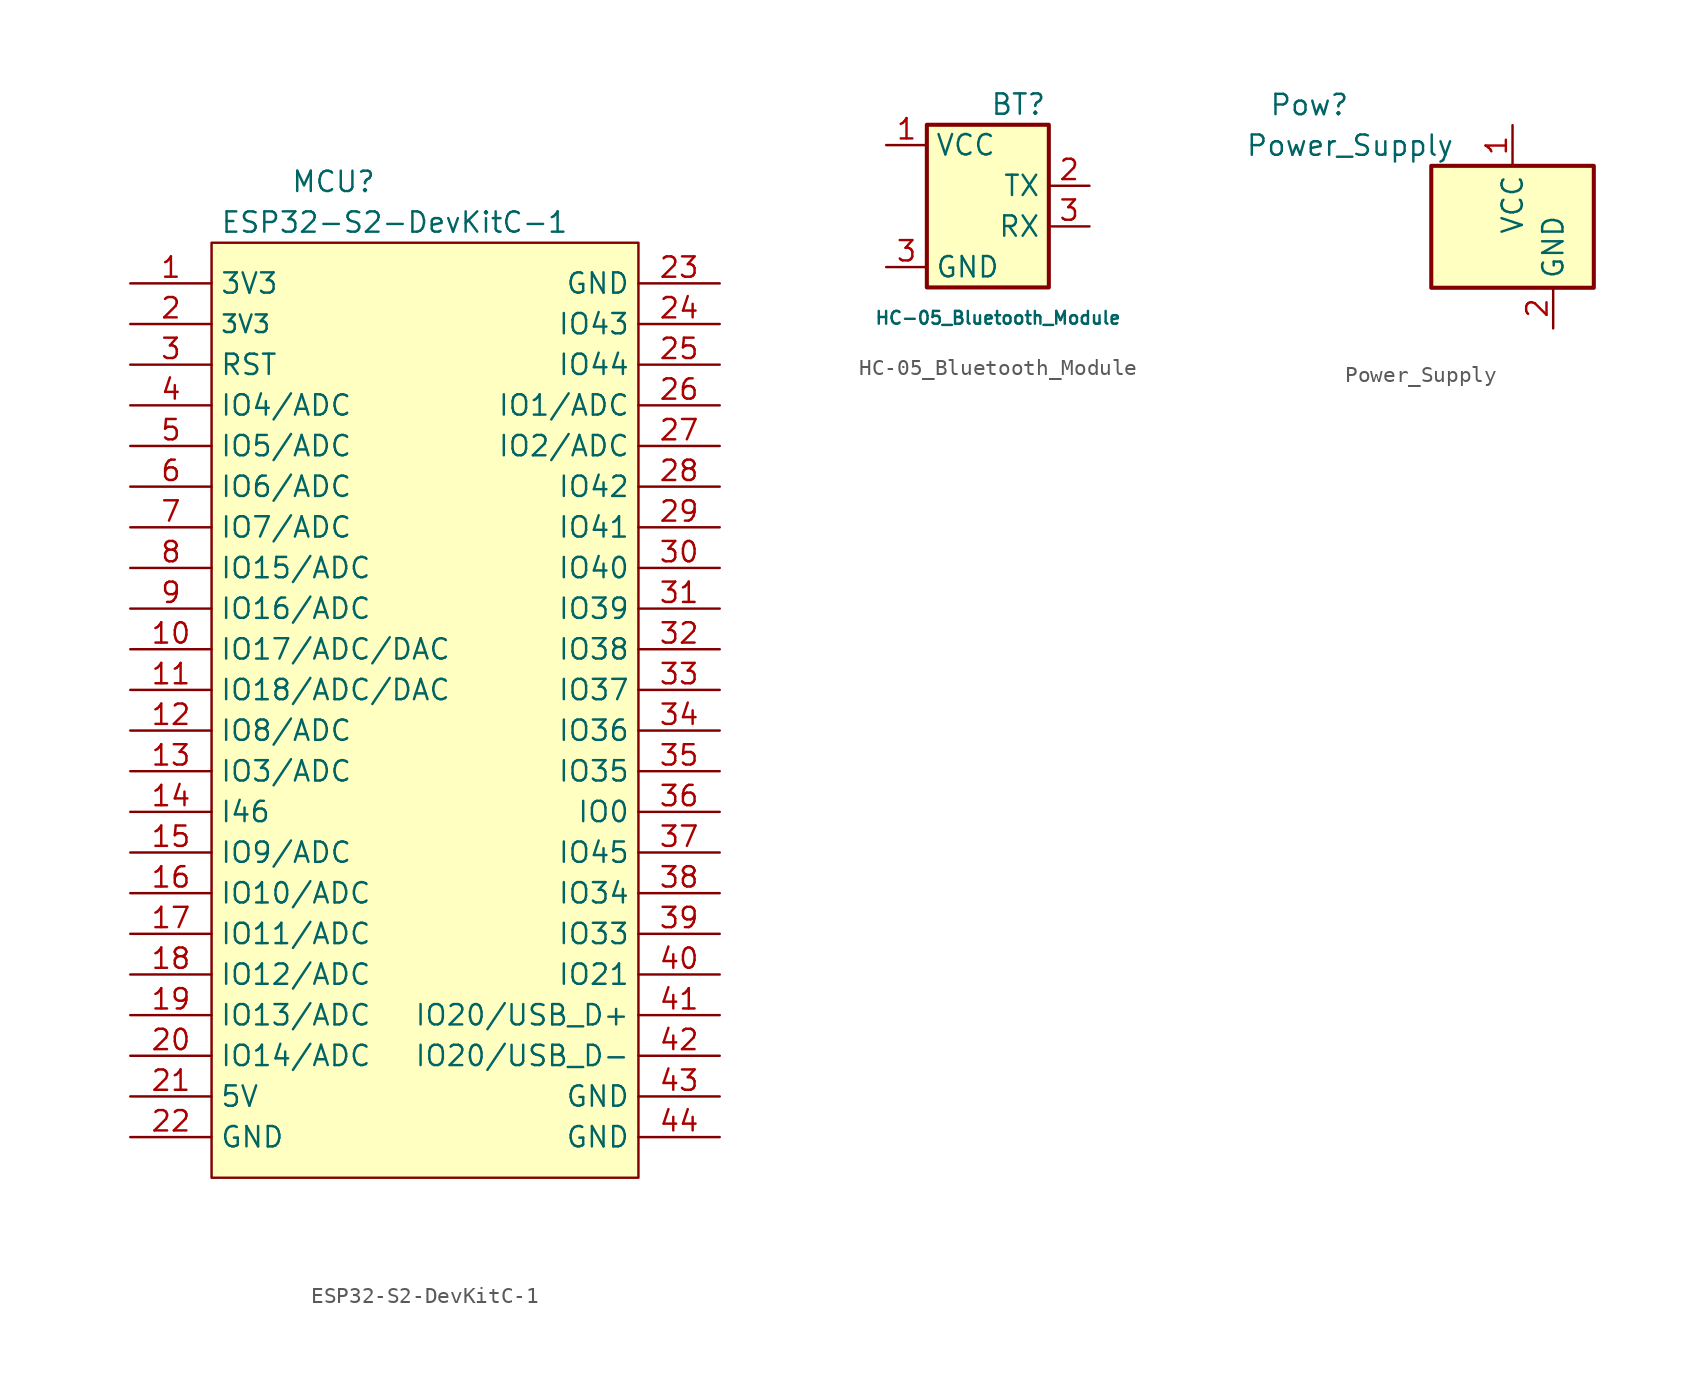
<source format=kicad_sym>
(kicad_symbol_lib
  (version 20211014)
  (generator kicad_symbol_editor)
  (symbol "ESP32-S2-DevKitC-1"
    (property "Reference" "MCU"
      (at 12.7 6.35 0)
      (effects (font (size 1.27 1.27))))
    (property "Value" "ESP32-S2-DevKitC-1"
      (at 16.51 3.81 0)
      (effects (font (size 1.27 1.27))))
    (symbol "ESP32-S2-DevKitC-1_0_0"
      (pin power_out line (at 0 0 0) (length 5.08) (name "3V3" (effects (font (size 1.27 1.27)))) (number "1" (effects (font (size 1.27 1.27)))))
      (pin bidirectional line (at 0 -22.86 0) (length 5.08) (name "IO17/ADC/DAC" (effects (font (size 1.27 1.27)))) (number "10" (effects (font (size 1.27 1.27)))) (alternate "IO17:TX1" output line))
      (pin bidirectional line (at 0 -25.4 0) (length 5.08) (name "IO18/ADC/DAC" (effects (font (size 1.27 1.27)))) (number "11" (effects (font (size 1.27 1.27)))) (alternate "IO18:RGBLed" output line) (alternate "IO18:RX1" input line))
      (pin bidirectional line (at 0 -27.94 0) (length 5.08) (name "IO8/ADC" (effects (font (size 1.27 1.27)))) (number "12" (effects (font (size 1.27 1.27)))) (alternate "IO8:SDA" bidirectional line))
      (pin bidirectional line (at 0 -30.48 0) (length 5.08) (name "IO3/ADC" (effects (font (size 1.27 1.27)))) (number "13" (effects (font (size 1.27 1.27)))))
      (pin input line (at 0 -33.02 0) (length 5.08) (name "I46" (effects (font (size 1.27 1.27)))) (number "14" (effects (font (size 1.27 1.27)))))
      (pin bidirectional line (at 0 -35.56 0) (length 5.08) (name "IO9/ADC" (effects (font (size 1.27 1.27)))) (number "15" (effects (font (size 1.27 1.27)))) (alternate "IO9:SCL" output line))
      (pin bidirectional line (at 0 -38.1 0) (length 5.08) (name "IO10/ADC" (effects (font (size 1.27 1.27)))) (number "16" (effects (font (size 1.27 1.27)))))
      (pin bidirectional line (at 0 -40.64 0) (length 5.08) (name "IO11/ADC" (effects (font (size 1.27 1.27)))) (number "17" (effects (font (size 1.27 1.27)))))
      (pin bidirectional line (at 0 -43.18 0) (length 5.08) (name "IO12/ADC" (effects (font (size 1.27 1.27)))) (number "18" (effects (font (size 1.27 1.27)))))
      (pin bidirectional line (at 0 -45.72 0) (length 5.08) (name "IO13/ADC" (effects (font (size 1.27 1.27)))) (number "19" (effects (font (size 1.27 1.27)))))
      (pin power_out line (at 0 -2.54 0) (length 5.08) (name "3V3" (effects (font (size 1.1 1.1)))) (number "2" (effects (font (size 1.27 1.27)))))
      (pin bidirectional line (at 0 -48.26 0) (length 5.08) (name "IO14/ADC" (effects (font (size 1.27 1.27)))) (number "20" (effects (font (size 1.27 1.27)))))
      (pin power_in line (at 0 -50.8 0) (length 5.08) (name "5V" (effects (font (size 1.27 1.27)))) (number "21" (effects (font (size 1.27 1.27)))) (alternate "5V" power_out line))
      (pin power_in line (at 0 -53.34 0) (length 5.08) (name "GND" (effects (font (size 1.27 1.27)))) (number "22" (effects (font (size 1.27 1.27)))))
      (pin power_in line (at 36.83 0 180) (length 5.08) (name "GND" (effects (font (size 1.27 1.27)))) (number "23" (effects (font (size 1.27 1.27)))))
      (pin bidirectional line (at 36.83 -2.54 180) (length 5.08) (name "IO43" (effects (font (size 1.27 1.27)))) (number "24" (effects (font (size 1.27 1.27)))) (alternate "IO43:TX0" output line))
      (pin bidirectional line (at 36.83 -5.08 180) (length 5.08) (name "IO44" (effects (font (size 1.27 1.27)))) (number "25" (effects (font (size 1.27 1.27)))) (alternate "IO44:RX0" input line))
      (pin bidirectional line (at 36.83 -7.62 180) (length 5.08) (name "IO1/ADC" (effects (font (size 1.27 1.27)))) (number "26" (effects (font (size 1.27 1.27)))))
      (pin bidirectional line (at 36.83 -10.16 180) (length 5.08) (name "IO2/ADC" (effects (font (size 1.27 1.27)))) (number "27" (effects (font (size 1.27 1.27)))))
      (pin bidirectional line (at 36.83 -12.7 180) (length 5.08) (name "IO42" (effects (font (size 1.27 1.27)))) (number "28" (effects (font (size 1.27 1.27)))))
      (pin bidirectional line (at 36.83 -15.24 180) (length 5.08) (name "IO41" (effects (font (size 1.27 1.27)))) (number "29" (effects (font (size 1.27 1.27)))))
      (pin input line (at 0 -5.08 0) (length 5.08) (name "RST" (effects (font (size 1.27 1.27)))) (number "3" (effects (font (size 1.27 1.27)))))
      (pin bidirectional line (at 36.83 -17.78 180) (length 5.08) (name "IO40" (effects (font (size 1.27 1.27)))) (number "30" (effects (font (size 1.27 1.27)))))
      (pin bidirectional line (at 36.83 -20.32 180) (length 5.08) (name "IO39" (effects (font (size 1.27 1.27)))) (number "31" (effects (font (size 1.27 1.27)))))
      (pin bidirectional line (at 36.83 -22.86 180) (length 5.08) (name "IO38" (effects (font (size 1.27 1.27)))) (number "32" (effects (font (size 1.27 1.27)))))
      (pin bidirectional line (at 36.83 -25.4 180) (length 5.08) (name "IO37" (effects (font (size 1.27 1.27)))) (number "33" (effects (font (size 1.27 1.27)))))
      (pin bidirectional line (at 36.83 -27.94 180) (length 5.08) (name "IO36" (effects (font (size 1.27 1.27)))) (number "34" (effects (font (size 1.27 1.27)))))
      (pin bidirectional line (at 36.83 -30.48 180) (length 5.08) (name "IO35" (effects (font (size 1.27 1.27)))) (number "35" (effects (font (size 1.27 1.27)))))
      (pin bidirectional line (at 36.83 -33.02 180) (length 5.08) (name "IO0" (effects (font (size 1.27 1.27)))) (number "36" (effects (font (size 1.27 1.27)))))
      (pin bidirectional line (at 36.83 -35.56 180) (length 5.08) (name "IO45" (effects (font (size 1.27 1.27)))) (number "37" (effects (font (size 1.27 1.27)))))
      (pin bidirectional line (at 36.83 -38.1 180) (length 5.08) (name "IO34" (effects (font (size 1.27 1.27)))) (number "38" (effects (font (size 1.27 1.27)))))
      (pin bidirectional line (at 36.83 -40.64 180) (length 5.08) (name "IO33" (effects (font (size 1.27 1.27)))) (number "39" (effects (font (size 1.27 1.27)))))
      (pin bidirectional line (at 0 -7.62 0) (length 5.08) (name "IO4/ADC" (effects (font (size 1.27 1.27)))) (number "4" (effects (font (size 1.27 1.27)))))
      (pin bidirectional line (at 36.83 -43.18 180) (length 5.08) (name "IO21" (effects (font (size 1.27 1.27)))) (number "40" (effects (font (size 1.27 1.27)))))
      (pin bidirectional line (at 36.83 -45.72 180) (length 5.08) (name "IO20/USB_D+" (effects (font (size 1.27 1.27)))) (number "41" (effects (font (size 1.27 1.27)))))
      (pin bidirectional line (at 36.83 -48.26 180) (length 5.08) (name "IO20/USB_D-" (effects (font (size 1.27 1.27)))) (number "42" (effects (font (size 1.27 1.27)))))
      (pin power_in line (at 36.83 -50.8 180) (length 5.08) (name "GND" (effects (font (size 1.27 1.27)))) (number "43" (effects (font (size 1.27 1.27)))))
      (pin power_in line (at 36.83 -53.34 180) (length 5.08) (name "GND" (effects (font (size 1.27 1.27)))) (number "44" (effects (font (size 1.27 1.27)))))
      (pin bidirectional line (at 0 -10.16 0) (length 5.08) (name "IO5/ADC" (effects (font (size 1.27 1.27)))) (number "5" (effects (font (size 1.27 1.27)))))
      (pin bidirectional line (at 0 -12.7 0) (length 5.08) (name "IO6/ADC" (effects (font (size 1.27 1.27)))) (number "6" (effects (font (size 1.27 1.27)))))
      (pin bidirectional line (at 0 -15.24 0) (length 5.08) (name "IO7/ADC" (effects (font (size 1.27 1.27)))) (number "7" (effects (font (size 1.27 1.27)))))
      (pin bidirectional line (at 0 -17.78 0) (length 5.08) (name "IO15/ADC" (effects (font (size 1.27 1.27)))) (number "8" (effects (font (size 1.27 1.27)))))
      (pin bidirectional line (at 0 -20.32 0) (length 5.08) (name "IO16/ADC" (effects (font (size 1.27 1.27)))) (number "9" (effects (font (size 1.27 1.27))))))
    (symbol "ESP32-S2-DevKitC-1_0_1"
      (polyline (pts (xy 5.08 2.54) (xy 31.75 2.54) (xy 31.75 -55.88) (xy 5.08 -55.88) (xy 5.08 2.54)) (stroke (width 0.152) (type default) (color 0 0 0 0)) (fill (type background)))))
  (symbol "HC-05_Bluetooth_Module"
    (property "Reference" "BT"
      (at 1.905 6.35 0)
      (effects (font (size 1.27 1.27))))
    (property "Value" "HC-05_Bluetooth_Module"
      (at 0.635 -6.985 0)
      (effects (font (size 0.8 0.8))))
    (symbol "HC-05_Bluetooth_Module_0_1"
      (rectangle (start -3.81 5.08) (end 3.81 -5.08) (stroke (width 0.254) (type default) (color 0 0 0 0)) (fill (type background))))
    (symbol "HC-05_Bluetooth_Module_1_1"
      (pin power_in line (at -6.35 3.81 0) (length 2.54) (name "VCC" (effects (font (size 1.27 1.27)))) (number "1" (effects (font (size 1.27 1.27)))))
      (pin output line (at 6.35 1.27 180) (length 2.54) (name "TX" (effects (font (size 1.27 1.27)))) (number "2" (effects (font (size 1.27 1.27)))))
      (pin power_in line (at -6.35 -3.81 0) (length 2.54) (name "GND" (effects (font (size 1.27 1.27)))) (number "3" (effects (font (size 1.27 1.27)))))
      (pin input line (at 6.35 -1.27 180) (length 2.54) (name "RX" (effects (font (size 1.27 1.27)))) (number "3" (effects (font (size 1.27 1.27)))))))
  (symbol "Power_Supply"
    (property "Reference" "Pow"
      (at -12.7 6.35 0)
      (effects (font (size 1.27 1.27))))
    (property "Value" "Power_Supply"
      (at -10.16 3.81 0)
      (effects (font (size 1.27 1.27))))
    (symbol "Power_Supply_0_1"
      (rectangle (start 5.08 2.54) (end -5.08 -5.08) (stroke (width 0.254) (type default) (color 0 0 0 0)) (fill (type background))))
    (symbol "Power_Supply_1_1"
      (pin power_in line (at 0 5.08 270) (length 2.54) (name "VCC" (effects (font (size 1.27 1.27)))) (number "1" (effects (font (size 1.27 1.27)))))
      (pin power_in line (at 2.54 -7.62 90) (length 2.54) (name "GND" (effects (font (size 1.27 1.27)))) (number "2" (effects (font (size 1.27 1.27))))))))
</source>
